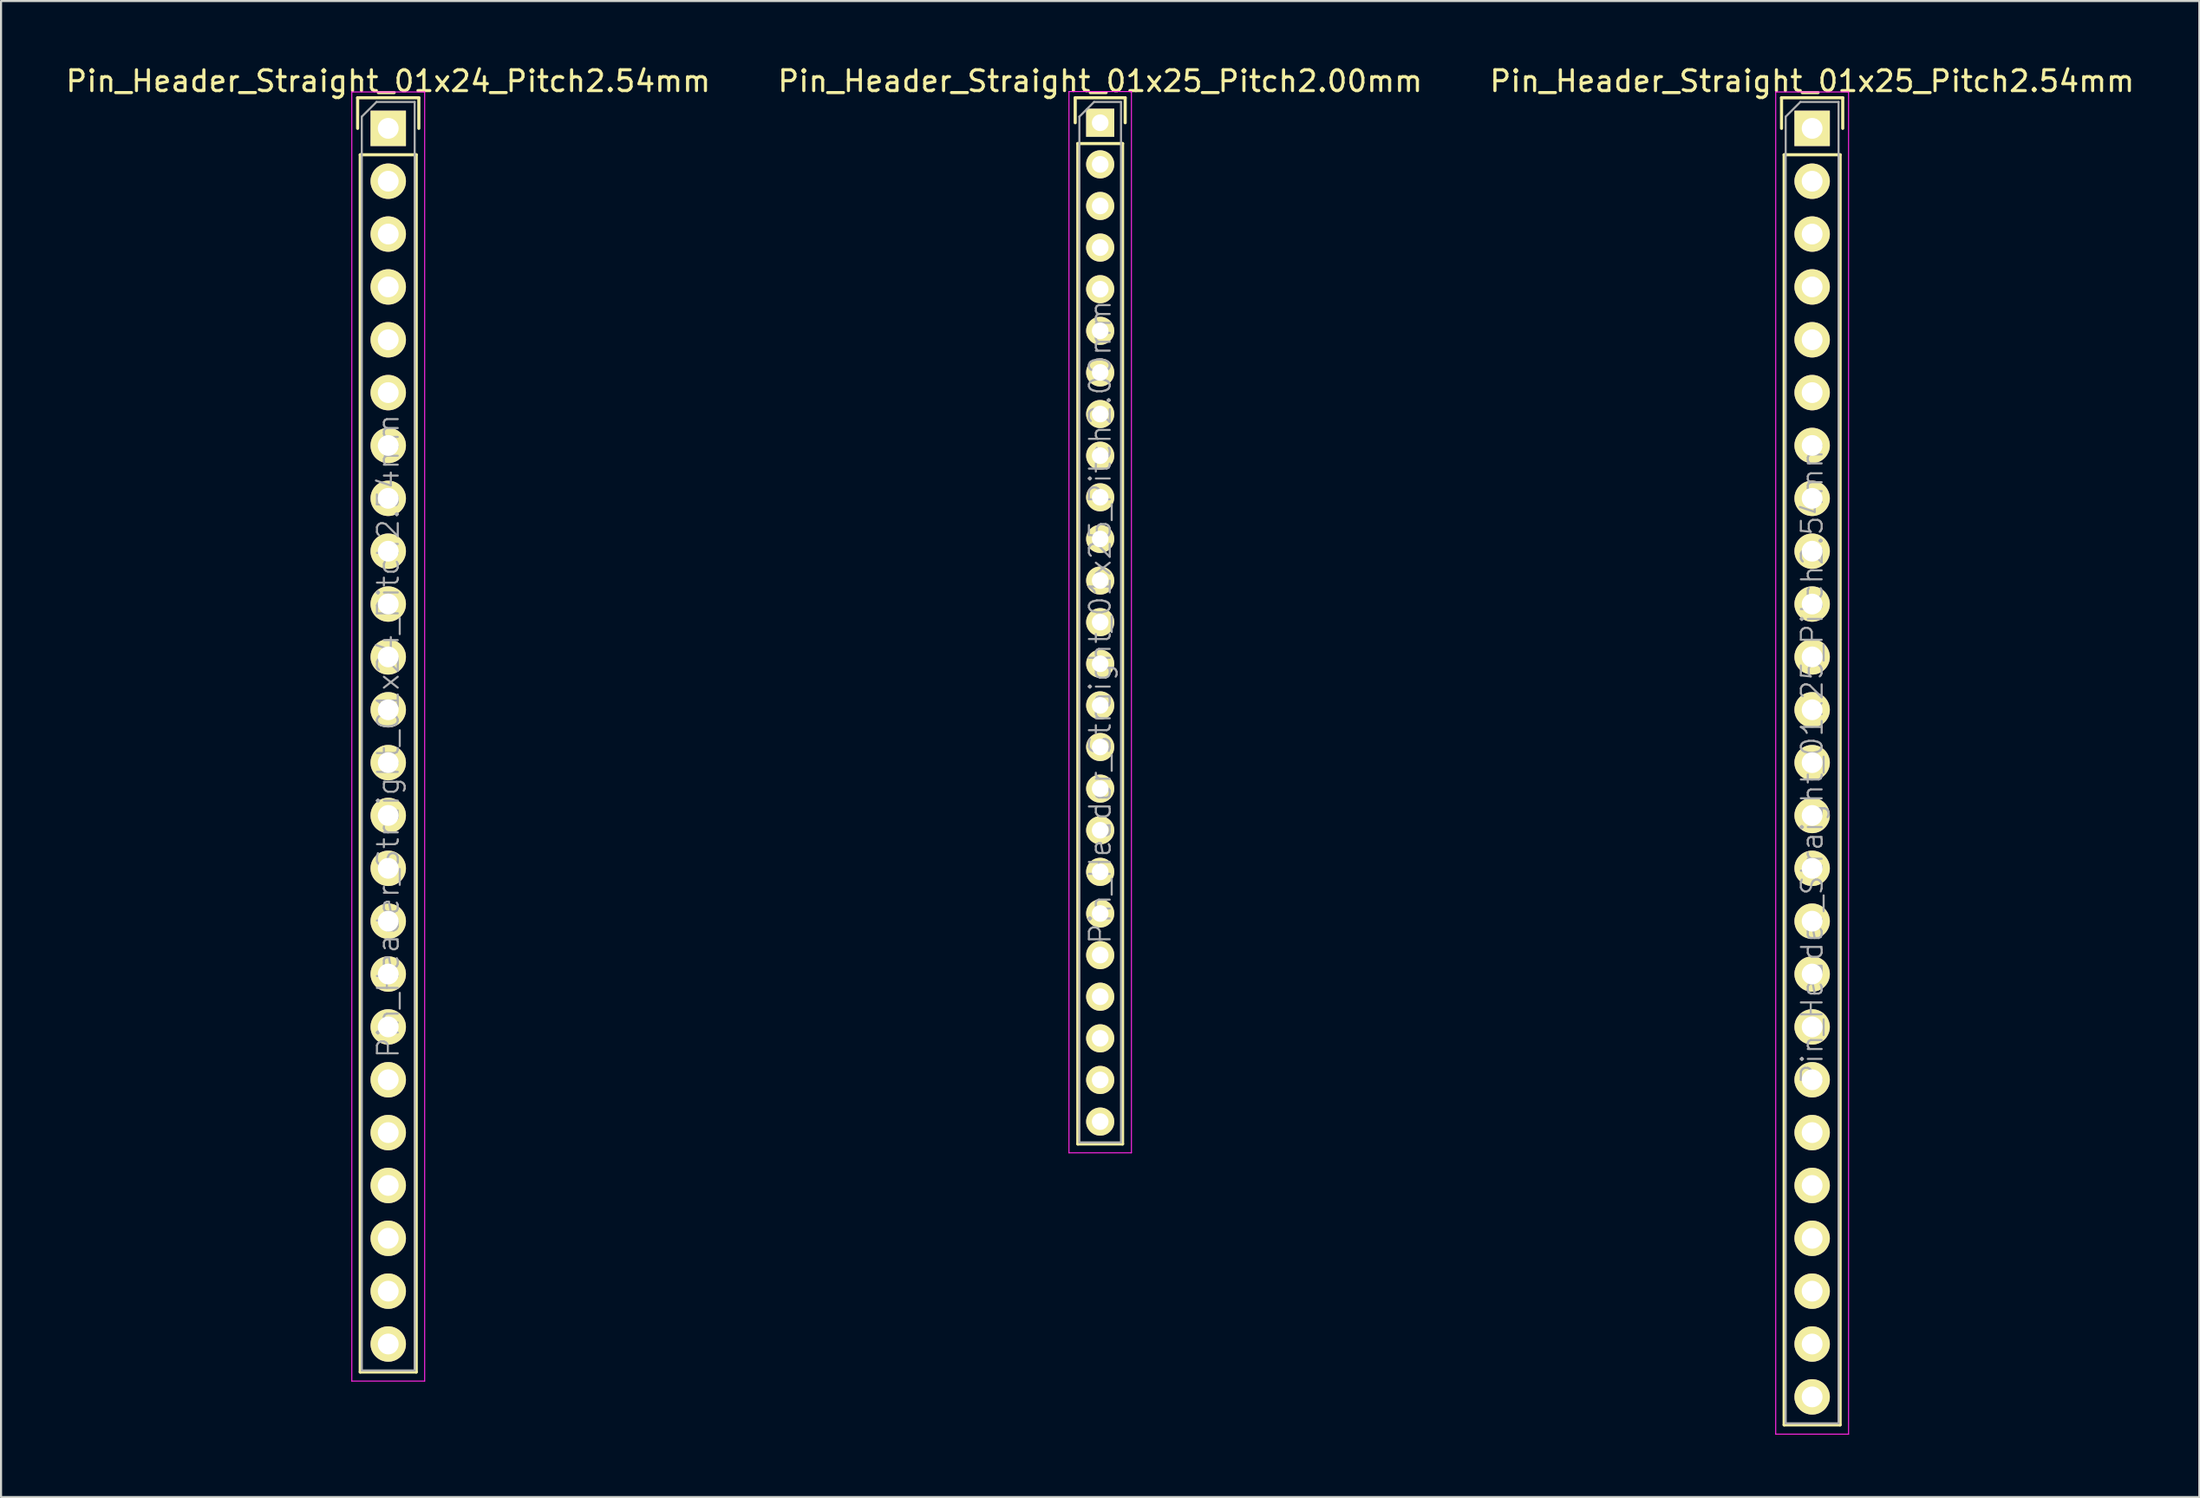
<source format=kicad_pcb>
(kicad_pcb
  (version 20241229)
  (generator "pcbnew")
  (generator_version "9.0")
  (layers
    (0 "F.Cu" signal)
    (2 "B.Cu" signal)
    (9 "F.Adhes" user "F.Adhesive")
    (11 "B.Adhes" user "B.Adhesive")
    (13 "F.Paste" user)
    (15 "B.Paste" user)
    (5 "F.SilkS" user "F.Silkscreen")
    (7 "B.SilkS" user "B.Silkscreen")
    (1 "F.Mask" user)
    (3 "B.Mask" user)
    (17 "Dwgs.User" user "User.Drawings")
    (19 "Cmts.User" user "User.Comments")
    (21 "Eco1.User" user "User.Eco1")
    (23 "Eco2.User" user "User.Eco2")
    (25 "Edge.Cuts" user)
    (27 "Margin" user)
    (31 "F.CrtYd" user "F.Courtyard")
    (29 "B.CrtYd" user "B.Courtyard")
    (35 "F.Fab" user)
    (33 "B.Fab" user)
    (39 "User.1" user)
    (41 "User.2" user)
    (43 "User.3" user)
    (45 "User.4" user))
  (footprint "Pin_Header_Straight_01x25_Pitch2.54mm"
    (layer "F.Cu")
    (at 84.006 3.118)
    (property "Reference" "Pin_Header_Straight_01x25_Pitch2.54mm" (at 0 -2.27 0) (layer "F.SilkS") (effects (font (size 1 1) (thickness 0.15))))
    (attr smd)
    (fp_line (start -1.47 -1.47) (end -1.47 0) (stroke (width 0.15) (type solid)) (layer "F.SilkS"))
    (fp_line (start -1.47 -1.47) (end 1.47 -1.47) (stroke (width 0.15) (type solid)) (layer "F.SilkS"))
    (fp_line (start -1.345 1.27) (end -1.345 62.305) (stroke (width 0.15) (type solid)) (layer "F.SilkS"))
    (fp_line (start -1.345 1.27) (end 1.345 1.27) (stroke (width 0.15) (type solid)) (layer "F.SilkS"))
    (fp_line (start -1.345 62.305) (end 1.345 62.305) (stroke (width 0.15) (type solid)) (layer "F.SilkS"))
    (fp_line (start 1.345 1.27) (end 1.345 62.305) (stroke (width 0.15) (type solid)) (layer "F.SilkS"))
    (fp_line (start 1.47 -1.47) (end 1.47 0) (stroke (width 0.15) (type solid)) (layer "F.SilkS"))
    (fp_line (start -1.75 -1.75) (end -1.75 62.75) (stroke (width 0.05) (type solid)) (layer "F.CrtYd"))
    (fp_line (start 1.75 -1.75) (end -1.75 -1.75) (stroke (width 0.05) (type solid)) (layer "F.CrtYd"))
    (fp_line (start 1.75 -1.75) (end 1.75 62.75) (stroke (width 0.05) (type solid)) (layer "F.CrtYd"))
    (fp_line (start 1.75 62.75) (end -1.75 62.75) (stroke (width 0.05) (type solid)) (layer "F.CrtYd"))
    (fp_line (start -1.27 -0.563) (end -0.563 -1.27) (stroke (width 0.1) (type solid)) (layer "F.Fab"))
    (fp_line (start -1.27 62.23) (end -1.27 -0.563) (stroke (width 0.1) (type solid)) (layer "F.Fab"))
    (fp_line (start 1.27 -1.27) (end -0.563 -1.27) (stroke (width 0.1) (type solid)) (layer "F.Fab"))
    (fp_line (start 1.27 62.23) (end -1.27 62.23) (stroke (width 0.1) (type solid)) (layer "F.Fab"))
    (fp_line (start 1.27 62.23) (end 1.27 -1.27) (stroke (width 0.1) (type solid)) (layer "F.Fab"))
    (fp_text user "${REFERENCE}" (at 0 30.48 90) (layer "F.Fab") (effects (font (size 1 1) (thickness 0.1))))
    (pad "1" thru_hole rect (at 0 0) (size 1.7 1.7) (drill 1) (layers "*.Cu" "*.Mask" "F.SilkS"))
    (pad "2" thru_hole oval (at 0 2.54) (size 1.7 1.7) (drill 1) (layers "*.Cu" "*.Mask" "F.SilkS"))
    (pad "3" thru_hole oval (at 0 5.08) (size 1.7 1.7) (drill 1) (layers "*.Cu" "*.Mask" "F.SilkS"))
    (pad "4" thru_hole oval (at 0 7.62) (size 1.7 1.7) (drill 1) (layers "*.Cu" "*.Mask" "F.SilkS"))
    (pad "5" thru_hole oval (at 0 10.16) (size 1.7 1.7) (drill 1) (layers "*.Cu" "*.Mask" "F.SilkS"))
    (pad "6" thru_hole oval (at 0 12.7) (size 1.7 1.7) (drill 1) (layers "*.Cu" "*.Mask" "F.SilkS"))
    (pad "7" thru_hole oval (at 0 15.24) (size 1.7 1.7) (drill 1) (layers "*.Cu" "*.Mask" "F.SilkS"))
    (pad "8" thru_hole oval (at 0 17.78) (size 1.7 1.7) (drill 1) (layers "*.Cu" "*.Mask" "F.SilkS"))
    (pad "9" thru_hole oval (at 0 20.32) (size 1.7 1.7) (drill 1) (layers "*.Cu" "*.Mask" "F.SilkS"))
    (pad "10" thru_hole oval (at 0 22.86) (size 1.7 1.7) (drill 1) (layers "*.Cu" "*.Mask" "F.SilkS"))
    (pad "11" thru_hole oval (at 0 25.4) (size 1.7 1.7) (drill 1) (layers "*.Cu" "*.Mask" "F.SilkS"))
    (pad "12" thru_hole oval (at 0 27.94) (size 1.7 1.7) (drill 1) (layers "*.Cu" "*.Mask" "F.SilkS"))
    (pad "13" thru_hole oval (at 0 30.48) (size 1.7 1.7) (drill 1) (layers "*.Cu" "*.Mask" "F.SilkS"))
    (pad "14" thru_hole oval (at 0 33.02) (size 1.7 1.7) (drill 1) (layers "*.Cu" "*.Mask" "F.SilkS"))
    (pad "15" thru_hole oval (at 0 35.56) (size 1.7 1.7) (drill 1) (layers "*.Cu" "*.Mask" "F.SilkS"))
    (pad "16" thru_hole oval (at 0 38.1) (size 1.7 1.7) (drill 1) (layers "*.Cu" "*.Mask" "F.SilkS"))
    (pad "17" thru_hole oval (at 0 40.64) (size 1.7 1.7) (drill 1) (layers "*.Cu" "*.Mask" "F.SilkS"))
    (pad "18" thru_hole oval (at 0 43.18) (size 1.7 1.7) (drill 1) (layers "*.Cu" "*.Mask" "F.SilkS"))
    (pad "19" thru_hole oval (at 0 45.72) (size 1.7 1.7) (drill 1) (layers "*.Cu" "*.Mask" "F.SilkS"))
    (pad "20" thru_hole oval (at 0 48.26) (size 1.7 1.7) (drill 1) (layers "*.Cu" "*.Mask" "F.SilkS"))
    (pad "21" thru_hole oval (at 0 50.8) (size 1.7 1.7) (drill 1) (layers "*.Cu" "*.Mask" "F.SilkS"))
    (pad "22" thru_hole oval (at 0 53.34) (size 1.7 1.7) (drill 1) (layers "*.Cu" "*.Mask" "F.SilkS"))
    (pad "23" thru_hole oval (at 0 55.88) (size 1.7 1.7) (drill 1) (layers "*.Cu" "*.Mask" "F.SilkS"))
    (pad "24" thru_hole oval (at 0 58.42) (size 1.7 1.7) (drill 1) (layers "*.Cu" "*.Mask" "F.SilkS"))
    (pad "25" thru_hole oval (at 0 60.96) (size 1.7 1.7) (drill 1) (layers "*.Cu" "*.Mask" "F.SilkS")))
  (footprint "Pin_Header_Straight_01x24_Pitch2.54mm"
    (layer "F.Cu")
    (at 15.601 3.118)
    (property "Reference" "Pin_Header_Straight_01x24_Pitch2.54mm" (at 0 -2.27 0) (layer "F.SilkS") (effects (font (size 1 1) (thickness 0.15))))
    (attr smd)
    (fp_line (start -1.47 -1.47) (end -1.47 0) (stroke (width 0.15) (type solid)) (layer "F.SilkS"))
    (fp_line (start -1.47 -1.47) (end 1.47 -1.47) (stroke (width 0.15) (type solid)) (layer "F.SilkS"))
    (fp_line (start -1.345 1.27) (end -1.345 59.765) (stroke (width 0.15) (type solid)) (layer "F.SilkS"))
    (fp_line (start -1.345 1.27) (end 1.345 1.27) (stroke (width 0.15) (type solid)) (layer "F.SilkS"))
    (fp_line (start -1.345 59.765) (end 1.345 59.765) (stroke (width 0.15) (type solid)) (layer "F.SilkS"))
    (fp_line (start 1.345 1.27) (end 1.345 59.765) (stroke (width 0.15) (type solid)) (layer "F.SilkS"))
    (fp_line (start 1.47 -1.47) (end 1.47 0) (stroke (width 0.15) (type solid)) (layer "F.SilkS"))
    (fp_line (start -1.75 -1.75) (end -1.75 60.2) (stroke (width 0.05) (type solid)) (layer "F.CrtYd"))
    (fp_line (start 1.75 -1.75) (end -1.75 -1.75) (stroke (width 0.05) (type solid)) (layer "F.CrtYd"))
    (fp_line (start 1.75 -1.75) (end 1.75 60.2) (stroke (width 0.05) (type solid)) (layer "F.CrtYd"))
    (fp_line (start 1.75 60.2) (end -1.75 60.2) (stroke (width 0.05) (type solid)) (layer "F.CrtYd"))
    (fp_line (start -1.27 -0.563) (end -0.563 -1.27) (stroke (width 0.1) (type solid)) (layer "F.Fab"))
    (fp_line (start -1.27 59.69) (end -1.27 -0.563) (stroke (width 0.1) (type solid)) (layer "F.Fab"))
    (fp_line (start 1.27 -1.27) (end -0.563 -1.27) (stroke (width 0.1) (type solid)) (layer "F.Fab"))
    (fp_line (start 1.27 59.69) (end -1.27 59.69) (stroke (width 0.1) (type solid)) (layer "F.Fab"))
    (fp_line (start 1.27 59.69) (end 1.27 -1.27) (stroke (width 0.1) (type solid)) (layer "F.Fab"))
    (fp_text user "${REFERENCE}" (at 0 29.21 90) (layer "F.Fab") (effects (font (size 1 1) (thickness 0.1))))
    (pad "1" thru_hole rect (at 0 0) (size 1.7 1.7) (drill 1) (layers "*.Cu" "*.Mask" "F.SilkS"))
    (pad "2" thru_hole oval (at 0 2.54) (size 1.7 1.7) (drill 1) (layers "*.Cu" "*.Mask" "F.SilkS"))
    (pad "3" thru_hole oval (at 0 5.08) (size 1.7 1.7) (drill 1) (layers "*.Cu" "*.Mask" "F.SilkS"))
    (pad "4" thru_hole oval (at 0 7.62) (size 1.7 1.7) (drill 1) (layers "*.Cu" "*.Mask" "F.SilkS"))
    (pad "5" thru_hole oval (at 0 10.16) (size 1.7 1.7) (drill 1) (layers "*.Cu" "*.Mask" "F.SilkS"))
    (pad "6" thru_hole oval (at 0 12.7) (size 1.7 1.7) (drill 1) (layers "*.Cu" "*.Mask" "F.SilkS"))
    (pad "7" thru_hole oval (at 0 15.24) (size 1.7 1.7) (drill 1) (layers "*.Cu" "*.Mask" "F.SilkS"))
    (pad "8" thru_hole oval (at 0 17.78) (size 1.7 1.7) (drill 1) (layers "*.Cu" "*.Mask" "F.SilkS"))
    (pad "9" thru_hole oval (at 0 20.32) (size 1.7 1.7) (drill 1) (layers "*.Cu" "*.Mask" "F.SilkS"))
    (pad "10" thru_hole oval (at 0 22.86) (size 1.7 1.7) (drill 1) (layers "*.Cu" "*.Mask" "F.SilkS"))
    (pad "11" thru_hole oval (at 0 25.4) (size 1.7 1.7) (drill 1) (layers "*.Cu" "*.Mask" "F.SilkS"))
    (pad "12" thru_hole oval (at 0 27.94) (size 1.7 1.7) (drill 1) (layers "*.Cu" "*.Mask" "F.SilkS"))
    (pad "13" thru_hole oval (at 0 30.48) (size 1.7 1.7) (drill 1) (layers "*.Cu" "*.Mask" "F.SilkS"))
    (pad "14" thru_hole oval (at 0 33.02) (size 1.7 1.7) (drill 1) (layers "*.Cu" "*.Mask" "F.SilkS"))
    (pad "15" thru_hole oval (at 0 35.56) (size 1.7 1.7) (drill 1) (layers "*.Cu" "*.Mask" "F.SilkS"))
    (pad "16" thru_hole oval (at 0 38.1) (size 1.7 1.7) (drill 1) (layers "*.Cu" "*.Mask" "F.SilkS"))
    (pad "17" thru_hole oval (at 0 40.64) (size 1.7 1.7) (drill 1) (layers "*.Cu" "*.Mask" "F.SilkS"))
    (pad "18" thru_hole oval (at 0 43.18) (size 1.7 1.7) (drill 1) (layers "*.Cu" "*.Mask" "F.SilkS"))
    (pad "19" thru_hole oval (at 0 45.72) (size 1.7 1.7) (drill 1) (layers "*.Cu" "*.Mask" "F.SilkS"))
    (pad "20" thru_hole oval (at 0 48.26) (size 1.7 1.7) (drill 1) (layers "*.Cu" "*.Mask" "F.SilkS"))
    (pad "21" thru_hole oval (at 0 50.8) (size 1.7 1.7) (drill 1) (layers "*.Cu" "*.Mask" "F.SilkS"))
    (pad "22" thru_hole oval (at 0 53.34) (size 1.7 1.7) (drill 1) (layers "*.Cu" "*.Mask" "F.SilkS"))
    (pad "23" thru_hole oval (at 0 55.88) (size 1.7 1.7) (drill 1) (layers "*.Cu" "*.Mask" "F.SilkS"))
    (pad "24" thru_hole oval (at 0 58.42) (size 1.7 1.7) (drill 1) (layers "*.Cu" "*.Mask" "F.SilkS")))
  (footprint "Pin_Header_Straight_01x25_Pitch2.00mm"
    (layer "F.Cu")
    (at 49.804 2.848)
    (property "Reference" "Pin_Header_Straight_01x25_Pitch2.00mm" (at 0 -2 0) (layer "F.SilkS") (effects (font (size 1 1) (thickness 0.15))))
    (attr smd)
    (fp_line (start -1.2 -1.2) (end -1.2 0) (stroke (width 0.15) (type solid)) (layer "F.SilkS"))
    (fp_line (start -1.2 -1.2) (end 1.2 -1.2) (stroke (width 0.15) (type solid)) (layer "F.SilkS"))
    (fp_line (start -1.075 1) (end -1.075 49.075) (stroke (width 0.15) (type solid)) (layer "F.SilkS"))
    (fp_line (start -1.075 1) (end 1.075 1) (stroke (width 0.15) (type solid)) (layer "F.SilkS"))
    (fp_line (start -1.075 49.075) (end 1.075 49.075) (stroke (width 0.15) (type solid)) (layer "F.SilkS"))
    (fp_line (start 1.075 1) (end 1.075 49.075) (stroke (width 0.15) (type solid)) (layer "F.SilkS"))
    (fp_line (start 1.2 -1.2) (end 1.2 0) (stroke (width 0.15) (type solid)) (layer "F.SilkS"))
    (fp_line (start -1.5 -1.5) (end -1.5 49.5) (stroke (width 0.05) (type solid)) (layer "F.CrtYd"))
    (fp_line (start 1.5 -1.5) (end -1.5 -1.5) (stroke (width 0.05) (type solid)) (layer "F.CrtYd"))
    (fp_line (start 1.5 -1.5) (end 1.5 49.5) (stroke (width 0.05) (type solid)) (layer "F.CrtYd"))
    (fp_line (start 1.5 49.5) (end -1.5 49.5) (stroke (width 0.05) (type solid)) (layer "F.CrtYd"))
    (fp_line (start -1 -0.293) (end -0.293 -1) (stroke (width 0.1) (type solid)) (layer "F.Fab"))
    (fp_line (start -1 49) (end -1 -0.293) (stroke (width 0.1) (type solid)) (layer "F.Fab"))
    (fp_line (start 1 -1) (end -0.293 -1) (stroke (width 0.1) (type solid)) (layer "F.Fab"))
    (fp_line (start 1 49) (end -1 49) (stroke (width 0.1) (type solid)) (layer "F.Fab"))
    (fp_line (start 1 49) (end 1 -1) (stroke (width 0.1) (type solid)) (layer "F.Fab"))
    (fp_text user "${REFERENCE}" (at 0 24 90) (layer "F.Fab") (effects (font (size 1 1) (thickness 0.1))))
    (pad "1" thru_hole rect (at 0 0) (size 1.35 1.35) (drill 0.8) (layers "*.Cu" "*.Mask" "F.SilkS"))
    (pad "2" thru_hole oval (at 0 2) (size 1.35 1.35) (drill 0.8) (layers "*.Cu" "*.Mask" "F.SilkS"))
    (pad "3" thru_hole oval (at 0 4) (size 1.35 1.35) (drill 0.8) (layers "*.Cu" "*.Mask" "F.SilkS"))
    (pad "4" thru_hole oval (at 0 6) (size 1.35 1.35) (drill 0.8) (layers "*.Cu" "*.Mask" "F.SilkS"))
    (pad "5" thru_hole oval (at 0 8) (size 1.35 1.35) (drill 0.8) (layers "*.Cu" "*.Mask" "F.SilkS"))
    (pad "6" thru_hole oval (at 0 10) (size 1.35 1.35) (drill 0.8) (layers "*.Cu" "*.Mask" "F.SilkS"))
    (pad "7" thru_hole oval (at 0 12) (size 1.35 1.35) (drill 0.8) (layers "*.Cu" "*.Mask" "F.SilkS"))
    (pad "8" thru_hole oval (at 0 14) (size 1.35 1.35) (drill 0.8) (layers "*.Cu" "*.Mask" "F.SilkS"))
    (pad "9" thru_hole oval (at 0 16) (size 1.35 1.35) (drill 0.8) (layers "*.Cu" "*.Mask" "F.SilkS"))
    (pad "10" thru_hole oval (at 0 18) (size 1.35 1.35) (drill 0.8) (layers "*.Cu" "*.Mask" "F.SilkS"))
    (pad "11" thru_hole oval (at 0 20) (size 1.35 1.35) (drill 0.8) (layers "*.Cu" "*.Mask" "F.SilkS"))
    (pad "12" thru_hole oval (at 0 22) (size 1.35 1.35) (drill 0.8) (layers "*.Cu" "*.Mask" "F.SilkS"))
    (pad "13" thru_hole oval (at 0 24) (size 1.35 1.35) (drill 0.8) (layers "*.Cu" "*.Mask" "F.SilkS"))
    (pad "14" thru_hole oval (at 0 26) (size 1.35 1.35) (drill 0.8) (layers "*.Cu" "*.Mask" "F.SilkS"))
    (pad "15" thru_hole oval (at 0 28) (size 1.35 1.35) (drill 0.8) (layers "*.Cu" "*.Mask" "F.SilkS"))
    (pad "16" thru_hole oval (at 0 30) (size 1.35 1.35) (drill 0.8) (layers "*.Cu" "*.Mask" "F.SilkS"))
    (pad "17" thru_hole oval (at 0 32) (size 1.35 1.35) (drill 0.8) (layers "*.Cu" "*.Mask" "F.SilkS"))
    (pad "18" thru_hole oval (at 0 34) (size 1.35 1.35) (drill 0.8) (layers "*.Cu" "*.Mask" "F.SilkS"))
    (pad "19" thru_hole oval (at 0 36) (size 1.35 1.35) (drill 0.8) (layers "*.Cu" "*.Mask" "F.SilkS"))
    (pad "20" thru_hole oval (at 0 38) (size 1.35 1.35) (drill 0.8) (layers "*.Cu" "*.Mask" "F.SilkS"))
    (pad "21" thru_hole oval (at 0 40) (size 1.35 1.35) (drill 0.8) (layers "*.Cu" "*.Mask" "F.SilkS"))
    (pad "22" thru_hole oval (at 0 42) (size 1.35 1.35) (drill 0.8) (layers "*.Cu" "*.Mask" "F.SilkS"))
    (pad "23" thru_hole oval (at 0 44) (size 1.35 1.35) (drill 0.8) (layers "*.Cu" "*.Mask" "F.SilkS"))
    (pad "24" thru_hole oval (at 0 46) (size 1.35 1.35) (drill 0.8) (layers "*.Cu" "*.Mask" "F.SilkS"))
    (pad "25" thru_hole oval (at 0 48) (size 1.35 1.35) (drill 0.8) (layers "*.Cu" "*.Mask" "F.SilkS")))
  (gr_rect
    (start -3 -3)
    (end 102.607 68.893)
    (stroke (width 0.1) (type default))
    (fill no)
    (layer "Edge.Cuts")))
</source>
